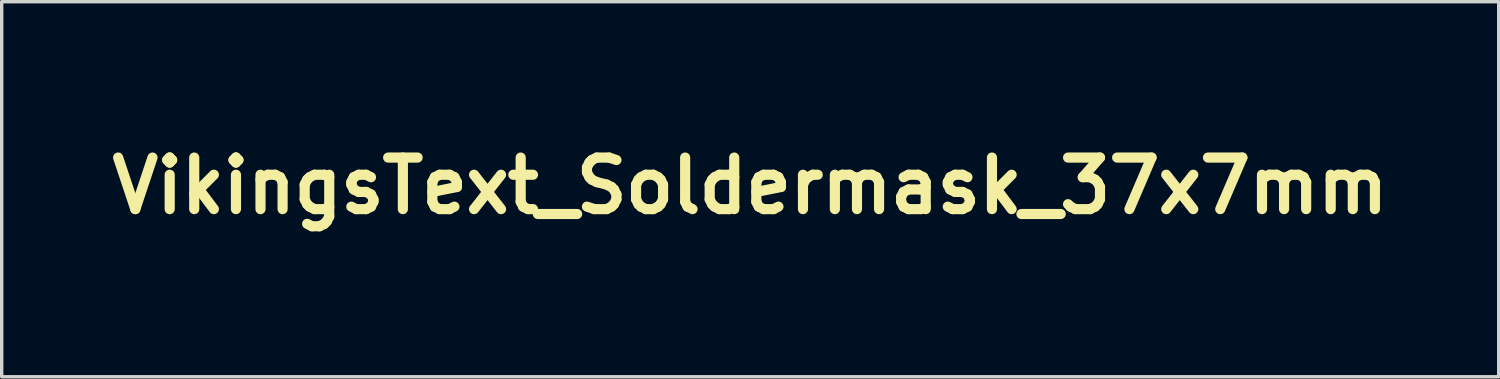
<source format=kicad_pcb>
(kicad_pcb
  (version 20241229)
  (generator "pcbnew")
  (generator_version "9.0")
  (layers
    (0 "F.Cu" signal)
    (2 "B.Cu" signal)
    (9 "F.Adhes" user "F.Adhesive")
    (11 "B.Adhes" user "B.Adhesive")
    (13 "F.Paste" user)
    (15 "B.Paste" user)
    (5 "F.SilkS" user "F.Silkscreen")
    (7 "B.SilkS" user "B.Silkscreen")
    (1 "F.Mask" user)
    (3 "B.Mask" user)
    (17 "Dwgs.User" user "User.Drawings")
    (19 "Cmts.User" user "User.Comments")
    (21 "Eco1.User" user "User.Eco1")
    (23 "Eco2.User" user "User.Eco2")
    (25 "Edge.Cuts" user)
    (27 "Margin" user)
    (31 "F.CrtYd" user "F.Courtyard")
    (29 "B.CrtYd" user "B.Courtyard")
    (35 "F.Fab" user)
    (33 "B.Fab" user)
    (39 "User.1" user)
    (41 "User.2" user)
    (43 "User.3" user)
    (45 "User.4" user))
  (footprint "VikingsText_Soldermask_37x7mm"
    (layer "F.Cu")
    (at 19.13 2.443)
    (property "Reference" "VikingsText_Soldermask_37x7mm" (at 0 0 0) (layer "F.SilkS") (effects (font (size 1.524 1.524) (thickness 0.3))))
    (attr through_hole)
    (fp_poly (pts (xy 7.281 1.507) (xy 6.977 1.659) (xy 6.672 1.812) (xy 6.672 -1.101) (xy 6.308 -1.101) (xy 6.2 -1.101) (xy 6.106 -1.103) (xy 6.028 -1.106) (xy 5.974 -1.11) (xy 5.946 -1.114) (xy 5.944 -1.116) (xy 5.957 -1.13) (xy 5.994 -1.158) (xy 6.051 -1.198) (xy 6.121 -1.245) (xy 6.17 -1.277) (xy 6.396 -1.422) (xy 7.281 -1.422) (xy 7.281 1.507)) (stroke (width 0.01) (type solid)) (fill yes) (layer "F.Mask"))
    (fp_poly (pts (xy 0.948 0.047) (xy 0.947 1.516) (xy 0.643 1.663) (xy 0.339 1.81) (xy 0.339 -1.101) (xy -0.014 -1.101) (xy -0.12 -1.101) (xy -0.215 -1.103) (xy -0.292 -1.105) (xy -0.348 -1.108) (xy -0.376 -1.111) (xy -0.379 -1.112) (xy -0.369 -1.125) (xy -0.335 -1.152) (xy -0.282 -1.191) (xy -0.214 -1.238) (xy -0.161 -1.273) (xy 0.069 -1.422) (xy 0.948 -1.422) (xy 0.948 0.047)) (stroke (width 0.01) (type solid)) (fill yes) (layer "F.Mask"))
    (fp_poly (pts (xy -5.614 -0.066) (xy -5.454 -0.065) (xy -5.302 -0.064) (xy -5.164 -0.063) (xy -5.042 -0.061) (xy -4.94 -0.059) (xy -4.862 -0.057) (xy -4.811 -0.055) (xy -4.792 -0.053) (xy -4.757 -0.037) (xy -4.747 -0.014) (xy -4.764 0.018) (xy -4.808 0.061) (xy -4.872 0.111) (xy -4.948 0.169) (xy -5.03 0.235) (xy -5.105 0.296) (xy -5.119 0.308) (xy -5.234 0.406) (xy -6.06 0.406) (xy -6.224 0.406) (xy -6.378 0.406) (xy -6.518 0.405) (xy -6.641 0.403) (xy -6.744 0.402) (xy -6.823 0.4) (xy -6.875 0.398) (xy -6.897 0.395) (xy -6.898 0.395) (xy -6.908 0.372) (xy -6.896 0.344) (xy -6.859 0.306) (xy -6.796 0.258) (xy -6.732 0.211) (xy -6.656 0.151) (xy -6.578 0.088) (xy -6.538 0.055) (xy -6.394 -0.068) (xy -5.614 -0.066)) (stroke (width 0.01) (type solid)) (fill yes) (layer "F.Mask"))
    (fp_poly (pts (xy 0.576 -2.426) (xy 0.616 -2.393) (xy 0.668 -2.345) (xy 0.726 -2.285) (xy 0.786 -2.22) (xy 0.843 -2.155) (xy 0.893 -2.094) (xy 0.931 -2.043) (xy 0.953 -2.007) (xy 0.955 -1.993) (xy 0.94 -1.974) (xy 0.905 -1.939) (xy 0.855 -1.891) (xy 0.795 -1.835) (xy 0.73 -1.776) (xy 0.665 -1.718) (xy 0.605 -1.667) (xy 0.556 -1.625) (xy 0.522 -1.599) (xy 0.509 -1.592) (xy 0.493 -1.603) (xy 0.457 -1.635) (xy 0.407 -1.683) (xy 0.346 -1.743) (xy 0.302 -1.788) (xy 0.236 -1.856) (xy 0.178 -1.917) (xy 0.132 -1.967) (xy 0.102 -2.001) (xy 0.095 -2.011) (xy 0.092 -2.03) (xy 0.106 -2.055) (xy 0.139 -2.093) (xy 0.195 -2.147) (xy 0.196 -2.148) (xy 0.28 -2.225) (xy 0.359 -2.294) (xy 0.43 -2.354) (xy 0.489 -2.4) (xy 0.531 -2.429) (xy 0.552 -2.438) (xy 0.576 -2.426)) (stroke (width 0.01) (type solid)) (fill yes) (layer "F.Mask"))
    (fp_poly (pts (xy 6.904 -2.423) (xy 6.915 -2.416) (xy 6.944 -2.392) (xy 6.988 -2.349) (xy 7.043 -2.293) (xy 7.102 -2.23) (xy 7.16 -2.166) (xy 7.211 -2.108) (xy 7.25 -2.06) (xy 7.271 -2.03) (xy 7.272 -2.028) (xy 7.277 -2.009) (xy 7.27 -1.988) (xy 7.248 -1.959) (xy 7.207 -1.917) (xy 7.162 -1.875) (xy 7.082 -1.802) (xy 7.006 -1.734) (xy 6.939 -1.676) (xy 6.883 -1.63) (xy 6.844 -1.601) (xy 6.827 -1.592) (xy 6.811 -1.603) (xy 6.777 -1.635) (xy 6.727 -1.684) (xy 6.666 -1.745) (xy 6.616 -1.796) (xy 6.55 -1.866) (xy 6.494 -1.928) (xy 6.45 -1.979) (xy 6.424 -2.013) (xy 6.418 -2.026) (xy 6.426 -2.048) (xy 6.451 -2.081) (xy 6.495 -2.127) (xy 6.562 -2.188) (xy 6.653 -2.268) (xy 6.659 -2.274) (xy 6.736 -2.34) (xy 6.793 -2.386) (xy 6.833 -2.414) (xy 6.862 -2.429) (xy 6.884 -2.431) (xy 6.904 -2.423)) (stroke (width 0.01) (type solid)) (fill yes) (layer "F.Mask"))
    (fp_poly (pts (xy 10.2 -1.489) (xy 10.303 -1.455) (xy 10.416 -1.404) (xy 10.48 -1.37) (xy 10.643 -1.271) (xy 10.803 -1.147) (xy 10.966 -0.997) (xy 11 -0.961) (xy 11.151 -0.795) (xy 11.271 -0.637) (xy 11.362 -0.483) (xy 11.428 -0.33) (xy 11.468 -0.174) (xy 11.485 -0.012) (xy 11.486 0.042) (xy 11.48 0.18) (xy 11.459 0.305) (xy 11.421 0.428) (xy 11.364 0.562) (xy 11.357 0.576) (xy 11.307 0.675) (xy 11.253 0.769) (xy 11.195 0.861) (xy 11.129 0.953) (xy 11.052 1.05) (xy 10.963 1.153) (xy 10.859 1.266) (xy 10.737 1.392) (xy 10.594 1.534) (xy 10.429 1.695) (xy 10.419 1.704) (xy 10.279 1.838) (xy 10.162 1.95) (xy 10.065 2.04) (xy 9.986 2.11) (xy 9.924 2.162) (xy 9.877 2.196) (xy 9.844 2.215) (xy 9.821 2.219) (xy 9.809 2.21) (xy 9.805 2.19) (xy 9.804 2.185) (xy 9.815 2.16) (xy 9.843 2.115) (xy 9.885 2.056) (xy 9.937 1.989) (xy 9.95 1.972) (xy 10.123 1.755) (xy 10.273 1.558) (xy 10.401 1.379) (xy 10.51 1.213) (xy 10.6 1.06) (xy 10.674 0.915) (xy 10.733 0.776) (xy 10.778 0.639) (xy 10.811 0.503) (xy 10.834 0.363) (xy 10.836 0.347) (xy 10.844 0.166) (xy 10.824 -0.006) (xy 10.773 -0.175) (xy 10.692 -0.344) (xy 10.628 -0.447) (xy 10.489 -0.631) (xy 10.332 -0.788) (xy 10.154 -0.921) (xy 10.085 -0.964) (xy 9.959 -1.035) (xy 9.853 -1.088) (xy 9.76 -1.124) (xy 9.673 -1.146) (xy 9.587 -1.157) (xy 9.542 -1.158) (xy 9.466 -1.157) (xy 9.41 -1.15) (xy 9.359 -1.135) (xy 9.306 -1.111) (xy 9.204 -1.046) (xy 9.103 -0.958) (xy 9.014 -0.855) (xy 8.945 -0.747) (xy 8.939 -0.735) (xy 8.882 -0.618) (xy 8.877 0.476) (xy 8.872 1.57) (xy 8.589 1.674) (xy 8.497 1.708) (xy 8.416 1.737) (xy 8.351 1.759) (xy 8.309 1.774) (xy 8.293 1.778) (xy 8.291 1.762) (xy 8.289 1.714) (xy 8.288 1.637) (xy 8.286 1.533) (xy 8.285 1.406) (xy 8.283 1.257) (xy 8.282 1.089) (xy 8.281 0.904) (xy 8.281 0.705) (xy 8.28 0.494) (xy 8.28 0.339) (xy 8.28 -1.101) (xy 7.899 -1.101) (xy 7.79 -1.101) (xy 7.693 -1.103) (xy 7.613 -1.105) (xy 7.554 -1.108) (xy 7.523 -1.112) (xy 7.518 -1.114) (xy 7.533 -1.125) (xy 7.572 -1.15) (xy 7.632 -1.185) (xy 7.707 -1.227) (xy 7.78 -1.266) (xy 8.042 -1.405) (xy 8.466 -1.405) (xy 8.889 -1.405) (xy 8.894 -1.194) (xy 8.898 -0.982) (xy 8.96 -1.023) (xy 9.031 -1.068) (xy 9.124 -1.123) (xy 9.232 -1.183) (xy 9.346 -1.244) (xy 9.458 -1.301) (xy 9.559 -1.349) (xy 9.623 -1.378) (xy 9.769 -1.437) (xy 9.893 -1.478) (xy 10.002 -1.5) (xy 10.102 -1.503) (xy 10.2 -1.489)) (stroke (width 0.01) (type solid)) (fill yes) (layer "F.Mask"))
    (fp_poly (pts (xy -13.902 -1.377) (xy -13.796 -1.399) (xy -13.579 -1.437) (xy -13.351 -1.46) (xy -13.105 -1.471) (xy -12.917 -1.47) (xy -12.8 -1.468) (xy -12.712 -1.466) (xy -12.646 -1.463) (xy -12.596 -1.458) (xy -12.558 -1.451) (xy -12.525 -1.44) (xy -12.491 -1.427) (xy -12.467 -1.416) (xy -12.375 -1.36) (xy -12.277 -1.278) (xy -12.178 -1.175) (xy -12.082 -1.055) (xy -11.993 -0.925) (xy -11.922 -0.799) (xy -11.87 -0.683) (xy -11.823 -0.554) (xy -11.783 -0.423) (xy -11.755 -0.301) (xy -11.742 -0.211) (xy -11.74 -0.086) (xy -11.751 0.06) (xy -11.774 0.215) (xy -11.807 0.37) (xy -11.847 0.513) (xy -11.893 0.635) (xy -11.895 0.638) (xy -11.976 0.79) (xy -12.078 0.937) (xy -12.195 1.074) (xy -12.321 1.194) (xy -12.45 1.291) (xy -12.527 1.336) (xy -12.627 1.381) (xy -12.76 1.431) (xy -12.925 1.486) (xy -13.123 1.545) (xy -13.174 1.56) (xy -13.324 1.601) (xy -13.446 1.632) (xy -13.546 1.652) (xy -13.629 1.664) (xy -13.698 1.667) (xy -13.76 1.662) (xy -13.805 1.653) (xy -13.902 1.63) (xy -13.902 1.694) (xy -13.903 1.726) (xy -13.911 1.748) (xy -13.931 1.765) (xy -13.969 1.785) (xy -14.033 1.812) (xy -14.034 1.812) (xy -14.106 1.842) (xy -14.177 1.872) (xy -14.233 1.896) (xy -14.239 1.898) (xy -14.288 1.917) (xy -14.326 1.929) (xy -14.336 1.93) (xy -14.34 1.926) (xy -14.344 1.912) (xy -14.347 1.886) (xy -14.35 1.847) (xy -14.352 1.792) (xy -14.354 1.72) (xy -14.355 1.629) (xy -14.357 1.517) (xy -14.358 1.381) (xy -14.358 1.221) (xy -14.359 1.034) (xy -14.359 0.819) (xy -14.359 0.573) (xy -14.359 0.349) (xy -14.359 -0.926) (xy -13.902 -0.926) (xy -13.902 1.291) (xy -13.737 1.283) (xy -13.612 1.271) (xy -13.501 1.248) (xy -13.437 1.228) (xy -13.312 1.18) (xy -13.178 1.118) (xy -13.04 1.047) (xy -12.906 0.97) (xy -12.782 0.892) (xy -12.674 0.815) (xy -12.59 0.745) (xy -12.57 0.725) (xy -12.484 0.624) (xy -12.42 0.519) (xy -12.378 0.403) (xy -12.354 0.272) (xy -12.347 0.12) (xy -12.351 0.017) (xy -12.375 -0.199) (xy -12.421 -0.404) (xy -12.488 -0.594) (xy -12.573 -0.766) (xy -12.675 -0.918) (xy -12.792 -1.045) (xy -12.923 -1.146) (xy -12.995 -1.185) (xy -13.13 -1.233) (xy -13.275 -1.249) (xy -13.427 -1.233) (xy -13.582 -1.187) (xy -13.629 -1.167) (xy -13.704 -1.131) (xy -13.758 -1.097) (xy -13.801 -1.058) (xy -13.844 -1.006) (xy -13.854 -0.992) (xy -13.902 -0.926) (xy -14.359 -0.926) (xy -14.359 -1.232) (xy -14.438 -1.242) (xy -14.494 -1.248) (xy -14.569 -1.252) (xy -14.647 -1.254) (xy -14.654 -1.254) (xy -14.729 -1.256) (xy -14.8 -1.26) (xy -14.853 -1.266) (xy -14.857 -1.267) (xy -14.924 -1.279) (xy -14.749 -1.401) (xy -14.575 -1.524) (xy -13.902 -1.524) (xy -13.902 -1.377)) (stroke (width 0.01) (type solid)) (fill yes) (layer "F.Mask"))
    (fp_poly (pts (xy 4.453 -1.421) (xy 4.253 -1.238) (xy 4.029 -1.048) (xy 3.792 -0.856) (xy 3.547 -0.67) (xy 3.342 -0.522) (xy 3.136 -0.377) (xy 3.799 0.283) (xy 3.977 0.46) (xy 4.133 0.614) (xy 4.271 0.747) (xy 4.392 0.861) (xy 4.498 0.959) (xy 4.591 1.041) (xy 4.674 1.11) (xy 4.749 1.167) (xy 4.818 1.214) (xy 4.884 1.254) (xy 4.947 1.288) (xy 5.011 1.318) (xy 5.041 1.33) (xy 5.112 1.355) (xy 5.178 1.367) (xy 5.25 1.367) (xy 5.336 1.354) (xy 5.443 1.328) (xy 5.446 1.327) (xy 5.566 1.297) (xy 5.654 1.278) (xy 5.711 1.271) (xy 5.736 1.277) (xy 5.73 1.294) (xy 5.692 1.324) (xy 5.622 1.366) (xy 5.522 1.421) (xy 5.502 1.431) (xy 5.41 1.479) (xy 5.317 1.529) (xy 5.234 1.575) (xy 5.168 1.612) (xy 5.156 1.619) (xy 5.049 1.678) (xy 4.956 1.715) (xy 4.864 1.736) (xy 4.763 1.744) (xy 4.74 1.744) (xy 4.617 1.736) (xy 4.504 1.708) (xy 4.392 1.658) (xy 4.293 1.597) (xy 4.249 1.563) (xy 4.182 1.505) (xy 4.091 1.422) (xy 3.978 1.315) (xy 3.842 1.184) (xy 3.683 1.028) (xy 3.501 0.849) (xy 3.437 0.786) (xy 3.306 0.656) (xy 3.18 0.532) (xy 3.063 0.417) (xy 2.957 0.314) (xy 2.864 0.223) (xy 2.785 0.148) (xy 2.724 0.09) (xy 2.683 0.052) (xy 2.663 0.036) (xy 2.662 0.035) (xy 2.627 0.024) (xy 2.606 0.027) (xy 2.601 0.042) (xy 2.597 0.08) (xy 2.595 0.145) (xy 2.594 0.236) (xy 2.594 0.356) (xy 2.595 0.507) (xy 2.598 0.688) (xy 2.599 0.785) (xy 2.611 1.532) (xy 2.334 1.655) (xy 2.244 1.695) (xy 2.164 1.729) (xy 2.099 1.756) (xy 2.055 1.773) (xy 2.038 1.778) (xy 2.032 1.766) (xy 2.026 1.727) (xy 2.021 1.66) (xy 2.016 1.565) (xy 2.012 1.438) (xy 2.008 1.3) (xy 2.001 1.001) (xy 1.994 0.715) (xy 1.988 0.443) (xy 1.983 0.188) (xy 1.978 -0.048) (xy 1.974 -0.263) (xy 1.971 -0.454) (xy 1.968 -0.62) (xy 1.966 -0.758) (xy 1.965 -0.866) (xy 1.964 -0.927) (xy 1.964 -1.185) (xy 1.571 -1.189) (xy 1.177 -1.194) (xy 1.389 -1.323) (xy 1.469 -1.371) (xy 1.544 -1.413) (xy 1.606 -1.447) (xy 1.649 -1.468) (xy 1.658 -1.471) (xy 1.689 -1.476) (xy 1.749 -1.48) (xy 1.829 -1.484) (xy 1.925 -1.487) (xy 2.031 -1.489) (xy 2.141 -1.49) (xy 2.249 -1.491) (xy 2.348 -1.49) (xy 2.434 -1.488) (xy 2.5 -1.486) (xy 2.54 -1.482) (xy 2.547 -1.48) (xy 2.554 -1.474) (xy 2.56 -1.461) (xy 2.564 -1.437) (xy 2.568 -1.398) (xy 2.57 -1.343) (xy 2.572 -1.267) (xy 2.573 -1.167) (xy 2.574 -1.041) (xy 2.574 -0.884) (xy 2.574 -0.853) (xy 2.574 -0.713) (xy 2.575 -0.583) (xy 2.576 -0.469) (xy 2.577 -0.373) (xy 2.579 -0.3) (xy 2.581 -0.254) (xy 2.583 -0.237) (xy 2.583 -0.237) (xy 2.608 -0.245) (xy 2.655 -0.268) (xy 2.716 -0.3) (xy 2.785 -0.338) (xy 2.853 -0.378) (xy 2.913 -0.415) (xy 2.956 -0.445) (xy 3.026 -0.501) (xy 3.114 -0.58) (xy 3.216 -0.677) (xy 3.327 -0.788) (xy 3.444 -0.91) (xy 3.562 -1.037) (xy 3.679 -1.16) (xy 3.785 -1.259) (xy 3.883 -1.336) (xy 3.98 -1.397) (xy 4.012 -1.413) (xy 4.086 -1.444) (xy 4.182 -1.476) (xy 4.29 -1.506) (xy 4.399 -1.53) (xy 4.497 -1.546) (xy 4.504 -1.547) (xy 4.597 -1.558) (xy 4.453 -1.421)) (stroke (width 0.01) (type solid)) (fill yes) (layer "F.Mask"))
    (fp_poly (pts (xy -1.029 -1.421) (xy -0.907 -1.42) (xy -0.802 -1.418) (xy -0.719 -1.416) (xy -0.66 -1.413) (xy -0.63 -1.409) (xy -0.627 -1.407) (xy -0.634 -1.386) (xy -0.654 -1.338) (xy -0.685 -1.269) (xy -0.725 -1.183) (xy -0.772 -1.085) (xy -0.823 -0.978) (xy -0.877 -0.867) (xy -0.931 -0.756) (xy -0.984 -0.651) (xy -1.032 -0.555) (xy -1.075 -0.472) (xy -1.092 -0.44) (xy -1.184 -0.27) (xy -1.284 -0.091) (xy -1.388 0.09) (xy -1.492 0.268) (xy -1.593 0.436) (xy -1.688 0.588) (xy -1.772 0.719) (xy -1.8 0.762) (xy -1.832 0.807) (xy -1.881 0.874) (xy -1.943 0.959) (xy -2.014 1.055) (xy -2.092 1.16) (xy -2.172 1.266) (xy -2.251 1.371) (xy -2.325 1.469) (xy -2.39 1.554) (xy -2.443 1.623) (xy -2.479 1.668) (xy -2.537 1.735) (xy -2.594 1.792) (xy -2.644 1.836) (xy -2.681 1.86) (xy -2.693 1.863) (xy -2.711 1.852) (xy -2.739 1.825) (xy -2.739 1.824) (xy -2.752 1.803) (xy -2.779 1.754) (xy -2.818 1.679) (xy -2.868 1.581) (xy -2.927 1.462) (xy -2.996 1.324) (xy -3.072 1.17) (xy -3.155 1.003) (xy -3.243 0.823) (xy -3.335 0.635) (xy -3.368 0.567) (xy -3.483 0.33) (xy -3.584 0.122) (xy -3.673 -0.06) (xy -3.75 -0.217) (xy -3.815 -0.351) (xy -3.871 -0.465) (xy -3.919 -0.56) (xy -3.958 -0.638) (xy -3.99 -0.7) (xy -4.017 -0.75) (xy -4.039 -0.789) (xy -4.056 -0.818) (xy -4.071 -0.84) (xy -4.084 -0.857) (xy -4.096 -0.871) (xy -4.108 -0.883) (xy -4.11 -0.885) (xy -4.162 -0.925) (xy -4.213 -0.941) (xy -4.272 -0.934) (xy -4.347 -0.904) (xy -4.374 -0.89) (xy -4.454 -0.851) (xy -4.509 -0.833) (xy -4.542 -0.835) (xy -4.555 -0.856) (xy -4.555 -0.862) (xy -4.539 -0.892) (xy -4.491 -0.932) (xy -4.441 -0.966) (xy -4.384 -1.004) (xy -4.31 -1.057) (xy -4.228 -1.118) (xy -4.146 -1.182) (xy -4.131 -1.194) (xy -4.057 -1.252) (xy -3.988 -1.304) (xy -3.93 -1.346) (xy -3.89 -1.373) (xy -3.882 -1.378) (xy -3.803 -1.402) (xy -3.72 -1.4) (xy -3.658 -1.38) (xy -3.641 -1.37) (xy -3.624 -1.359) (xy -3.607 -1.343) (xy -3.588 -1.321) (xy -3.567 -1.292) (xy -3.542 -1.254) (xy -3.513 -1.204) (xy -3.478 -1.141) (xy -3.438 -1.063) (xy -3.39 -0.969) (xy -3.334 -0.856) (xy -3.268 -0.722) (xy -3.193 -0.567) (xy -3.106 -0.388) (xy -3.008 -0.183) (xy -2.897 0.049) (xy -2.811 0.229) (xy -2.73 0.397) (xy -2.653 0.557) (xy -2.582 0.705) (xy -2.518 0.838) (xy -2.463 0.954) (xy -2.416 1.051) (xy -2.38 1.126) (xy -2.356 1.176) (xy -2.345 1.198) (xy -2.344 1.199) (xy -2.333 1.189) (xy -2.307 1.155) (xy -2.269 1.102) (xy -2.222 1.034) (xy -2.17 0.956) (xy -2.115 0.873) (xy -2.061 0.79) (xy -2.011 0.71) (xy -1.998 0.688) (xy -1.808 0.36) (xy -1.627 0.016) (xy -1.46 -0.332) (xy -1.312 -0.674) (xy -1.26 -0.804) (xy -1.155 -1.075) (xy -1.677 -1.101) (xy -1.806 -1.107) (xy -1.925 -1.114) (xy -2.028 -1.12) (xy -2.112 -1.126) (xy -2.172 -1.131) (xy -2.204 -1.134) (xy -2.208 -1.136) (xy -2.198 -1.147) (xy -2.164 -1.171) (xy -2.112 -1.204) (xy -2.048 -1.242) (xy -1.978 -1.283) (xy -1.908 -1.322) (xy -1.843 -1.357) (xy -1.791 -1.383) (xy -1.771 -1.392) (xy -1.748 -1.4) (xy -1.719 -1.406) (xy -1.68 -1.412) (xy -1.627 -1.415) (xy -1.558 -1.418) (xy -1.467 -1.42) (xy -1.35 -1.421) (xy -1.205 -1.421) (xy -1.164 -1.421) (xy -1.029 -1.421)) (stroke (width 0.01) (type solid)) (fill yes) (layer "F.Mask"))
    (fp_poly (pts (xy -16.14 -1.469) (xy -16.024 -1.465) (xy -15.923 -1.458) (xy -15.75 -1.44) (xy -15.608 -1.421) (xy -15.492 -1.4) (xy -15.398 -1.376) (xy -15.324 -1.348) (xy -15.266 -1.314) (xy -15.219 -1.274) (xy -15.216 -1.271) (xy -15.192 -1.242) (xy -15.18 -1.214) (xy -15.181 -1.183) (xy -15.197 -1.146) (xy -15.231 -1.098) (xy -15.284 -1.037) (xy -15.359 -0.959) (xy -15.426 -0.891) (xy -15.509 -0.809) (xy -15.571 -0.748) (xy -15.616 -0.707) (xy -15.648 -0.683) (xy -15.669 -0.672) (xy -15.683 -0.673) (xy -15.687 -0.675) (xy -15.701 -0.694) (xy -15.702 -0.72) (xy -15.689 -0.761) (xy -15.677 -0.805) (xy -15.676 -0.837) (xy -15.678 -0.842) (xy -15.711 -0.869) (xy -15.774 -0.898) (xy -15.863 -0.927) (xy -15.975 -0.956) (xy -16.107 -0.983) (xy -16.253 -1.007) (xy -16.264 -1.009) (xy -16.374 -1.022) (xy -16.492 -1.029) (xy -16.627 -1.032) (xy -16.745 -1.03) (xy -17.038 -1.024) (xy -17.077 -0.978) (xy -17.109 -0.923) (xy -17.134 -0.845) (xy -17.15 -0.754) (xy -17.153 -0.686) (xy -17.15 -0.642) (xy -17.139 -0.603) (xy -17.117 -0.566) (xy -17.081 -0.531) (xy -17.028 -0.494) (xy -16.957 -0.454) (xy -16.863 -0.411) (xy -16.744 -0.361) (xy -16.598 -0.302) (xy -16.493 -0.262) (xy -16.29 -0.183) (xy -16.117 -0.113) (xy -15.969 -0.05) (xy -15.845 0.007) (xy -15.739 0.061) (xy -15.651 0.112) (xy -15.575 0.162) (xy -15.51 0.214) (xy -15.453 0.266) (xy -15.37 0.364) (xy -15.3 0.478) (xy -15.247 0.598) (xy -15.213 0.718) (xy -15.201 0.83) (xy -15.205 0.882) (xy -15.215 0.933) (xy -15.225 0.97) (xy -15.229 0.978) (xy -15.247 0.995) (xy -15.287 1.027) (xy -15.344 1.07) (xy -15.413 1.121) (xy -15.447 1.146) (xy -15.532 1.21) (xy -15.631 1.289) (xy -15.735 1.377) (xy -15.835 1.464) (xy -15.887 1.512) (xy -15.971 1.587) (xy -16.049 1.655) (xy -16.116 1.709) (xy -16.168 1.747) (xy -16.193 1.761) (xy -16.293 1.793) (xy -16.418 1.815) (xy -16.562 1.826) (xy -16.716 1.825) (xy -16.875 1.813) (xy -16.994 1.796) (xy -17.256 1.734) (xy -17.501 1.643) (xy -17.595 1.598) (xy -17.69 1.546) (xy -17.755 1.503) (xy -17.794 1.464) (xy -17.809 1.429) (xy -17.804 1.397) (xy -17.789 1.374) (xy -17.754 1.333) (xy -17.706 1.279) (xy -17.647 1.216) (xy -17.582 1.148) (xy -17.516 1.08) (xy -17.453 1.017) (xy -17.397 0.963) (xy -17.354 0.922) (xy -17.327 0.9) (xy -17.321 0.897) (xy -17.3 0.911) (xy -17.297 0.948) (xy -17.308 0.99) (xy -17.318 1.033) (xy -17.311 1.068) (xy -17.28 1.099) (xy -17.224 1.133) (xy -17.203 1.144) (xy -17.046 1.212) (xy -16.876 1.268) (xy -16.698 1.311) (xy -16.517 1.339) (xy -16.341 1.353) (xy -16.174 1.352) (xy -16.022 1.335) (xy -15.892 1.302) (xy -15.852 1.286) (xy -15.777 1.253) (xy -15.786 1.096) (xy -15.799 0.971) (xy -15.822 0.871) (xy -15.858 0.79) (xy -15.91 0.72) (xy -15.934 0.695) (xy -15.96 0.67) (xy -15.987 0.647) (xy -16.018 0.625) (xy -16.055 0.602) (xy -16.102 0.577) (xy -16.162 0.548) (xy -16.239 0.514) (xy -16.334 0.473) (xy -16.452 0.423) (xy -16.594 0.364) (xy -16.759 0.296) (xy -16.949 0.218) (xy -17.111 0.15) (xy -17.246 0.092) (xy -17.357 0.043) (xy -17.447 -0.000292) (xy -17.518 -0.038) (xy -17.573 -0.073) (xy -17.614 -0.105) (xy -17.644 -0.137) (xy -17.665 -0.17) (xy -17.68 -0.205) (xy -17.692 -0.244) (xy -17.696 -0.263) (xy -17.706 -0.321) (xy -17.712 -0.4) (xy -17.715 -0.49) (xy -17.715 -0.581) (xy -17.712 -0.663) (xy -17.706 -0.727) (xy -17.701 -0.754) (xy -17.691 -0.775) (xy -17.674 -0.795) (xy -17.644 -0.817) (xy -17.597 -0.845) (xy -17.528 -0.882) (xy -17.441 -0.926) (xy -17.331 -0.982) (xy -17.238 -1.035) (xy -17.153 -1.09) (xy -17.062 -1.156) (xy -16.967 -1.231) (xy -16.888 -1.293) (xy -16.815 -1.349) (xy -16.753 -1.394) (xy -16.707 -1.426) (xy -16.688 -1.437) (xy -16.645 -1.449) (xy -16.574 -1.458) (xy -16.482 -1.465) (xy -16.375 -1.469) (xy -16.259 -1.471) (xy -16.14 -1.469)) (stroke (width 0.01) (type solid)) (fill yes) (layer "F.Mask"))
    (fp_poly (pts (xy -8.098 -1.389) (xy -8.007 -1.386) (xy -7.933 -1.382) (xy -7.881 -1.377) (xy -7.856 -1.369) (xy -7.855 -1.367) (xy -7.854 -1.348) (xy -7.854 -1.296) (xy -7.853 -1.216) (xy -7.852 -1.11) (xy -7.851 -0.981) (xy -7.849 -0.83) (xy -7.848 -0.66) (xy -7.846 -0.475) (xy -7.845 -0.276) (xy -7.843 -0.066) (xy -7.842 0.045) (xy -7.84 0.259) (xy -7.839 0.464) (xy -7.837 0.656) (xy -7.834 0.833) (xy -7.832 0.992) (xy -7.83 1.132) (xy -7.828 1.249) (xy -7.826 1.342) (xy -7.824 1.407) (xy -7.822 1.442) (xy -7.821 1.447) (xy -7.802 1.451) (xy -7.754 1.455) (xy -7.684 1.46) (xy -7.597 1.464) (xy -7.516 1.467) (xy -7.387 1.471) (xy -7.289 1.475) (xy -7.221 1.481) (xy -7.18 1.49) (xy -7.165 1.504) (xy -7.174 1.524) (xy -7.204 1.553) (xy -7.253 1.591) (xy -7.31 1.634) (xy -7.382 1.687) (xy -7.451 1.734) (xy -7.509 1.77) (xy -7.548 1.791) (xy -7.55 1.792) (xy -7.578 1.799) (xy -7.619 1.804) (xy -7.677 1.806) (xy -7.755 1.807) (xy -7.859 1.806) (xy -7.991 1.803) (xy -8.039 1.802) (xy -8.467 1.79) (xy -8.467 1.581) (xy -8.467 1.501) (xy -8.469 1.435) (xy -8.471 1.39) (xy -8.474 1.372) (xy -8.474 1.372) (xy -8.49 1.38) (xy -8.531 1.402) (xy -8.592 1.436) (xy -8.667 1.479) (xy -8.749 1.526) (xy -8.907 1.615) (xy -9.042 1.686) (xy -9.161 1.742) (xy -9.27 1.784) (xy -9.374 1.817) (xy -9.423 1.83) (xy -9.542 1.851) (xy -9.666 1.861) (xy -9.787 1.86) (xy -9.892 1.847) (xy -9.95 1.832) (xy -10.034 1.797) (xy -10.135 1.744) (xy -10.245 1.68) (xy -10.354 1.608) (xy -10.407 1.571) (xy -10.486 1.507) (xy -10.579 1.424) (xy -10.679 1.329) (xy -10.779 1.227) (xy -10.875 1.125) (xy -10.96 1.028) (xy -11.029 0.943) (xy -11.062 0.897) (xy -11.167 0.714) (xy -11.24 0.535) (xy -11.278 0.36) (xy -11.284 0.189) (xy -11.256 0.02) (xy -11.227 -0.072) (xy -11.201 -0.132) (xy -11.158 -0.218) (xy -11.102 -0.325) (xy -11.033 -0.451) (xy -10.953 -0.592) (xy -10.865 -0.745) (xy -10.825 -0.813) (xy -10.69 -1.041) (xy -11.014 -1.052) (xy -11.121 -1.055) (xy -11.223 -1.059) (xy -11.311 -1.061) (xy -11.38 -1.063) (xy -11.419 -1.065) (xy -11.467 -1.067) (xy -11.488 -1.073) (xy -11.486 -1.086) (xy -11.48 -1.093) (xy -11.452 -1.117) (xy -11.4 -1.151) (xy -11.332 -1.193) (xy -11.254 -1.238) (xy -11.172 -1.281) (xy -11.094 -1.32) (xy -11.065 -1.334) (xy -11.016 -1.356) (xy -10.975 -1.371) (xy -10.935 -1.38) (xy -10.887 -1.386) (xy -10.823 -1.388) (xy -10.736 -1.389) (xy -10.708 -1.389) (xy -10.625 -1.387) (xy -10.532 -1.384) (xy -10.434 -1.38) (xy -10.338 -1.374) (xy -10.25 -1.367) (xy -10.177 -1.36) (xy -10.123 -1.353) (xy -10.097 -1.347) (xy -10.095 -1.346) (xy -10.102 -1.331) (xy -10.123 -1.291) (xy -10.155 -1.232) (xy -10.196 -1.16) (xy -10.225 -1.11) (xy -10.32 -0.942) (xy -10.41 -0.774) (xy -10.49 -0.613) (xy -10.559 -0.463) (xy -10.613 -0.332) (xy -10.633 -0.274) (xy -10.674 -0.11) (xy -10.685 0.051) (xy -10.664 0.208) (xy -10.611 0.365) (xy -10.527 0.521) (xy -10.41 0.678) (xy -10.26 0.837) (xy -10.165 0.924) (xy -9.986 1.068) (xy -9.801 1.193) (xy -9.615 1.295) (xy -9.43 1.374) (xy -9.253 1.427) (xy -9.114 1.449) (xy -8.982 1.449) (xy -8.851 1.428) (xy -8.729 1.387) (xy -8.622 1.33) (xy -8.539 1.26) (xy -8.526 1.245) (xy -8.475 1.182) (xy -8.471 0.066) (xy -8.466 -1.05) (xy -8.856 -1.05) (xy -8.967 -1.05) (xy -9.065 -1.052) (xy -9.147 -1.054) (xy -9.207 -1.057) (xy -9.24 -1.06) (xy -9.245 -1.063) (xy -9.232 -1.079) (xy -9.195 -1.109) (xy -9.142 -1.149) (xy -9.078 -1.195) (xy -9.009 -1.242) (xy -8.94 -1.287) (xy -8.879 -1.325) (xy -8.83 -1.352) (xy -8.806 -1.363) (xy -8.768 -1.371) (xy -8.705 -1.377) (xy -8.623 -1.383) (xy -8.526 -1.387) (xy -8.42 -1.389) (xy -8.309 -1.391) (xy -8.2 -1.391) (xy -8.098 -1.389)) (stroke (width 0.01) (type solid)) (fill yes) (layer "F.Mask"))
    (fp_poly (pts (xy 17.164 -1.471) (xy 17.281 -1.466) (xy 17.388 -1.459) (xy 17.401 -1.457) (xy 17.571 -1.439) (xy 17.712 -1.419) (xy 17.825 -1.398) (xy 17.916 -1.374) (xy 17.988 -1.347) (xy 18.044 -1.314) (xy 18.088 -1.276) (xy 18.091 -1.273) (xy 18.122 -1.233) (xy 18.13 -1.193) (xy 18.115 -1.149) (xy 18.076 -1.092) (xy 18.056 -1.067) (xy 18.009 -1.014) (xy 17.951 -0.953) (xy 17.886 -0.889) (xy 17.821 -0.826) (xy 17.758 -0.768) (xy 17.702 -0.719) (xy 17.659 -0.685) (xy 17.633 -0.669) (xy 17.629 -0.668) (xy 17.613 -0.695) (xy 17.614 -0.739) (xy 17.628 -0.779) (xy 17.637 -0.816) (xy 17.635 -0.835) (xy 17.609 -0.862) (xy 17.553 -0.89) (xy 17.47 -0.92) (xy 17.364 -0.949) (xy 17.238 -0.976) (xy 17.097 -1.001) (xy 17.047 -1.009) (xy 16.958 -1.019) (xy 16.855 -1.026) (xy 16.745 -1.031) (xy 16.632 -1.032) (xy 16.524 -1.031) (xy 16.425 -1.027) (xy 16.343 -1.02) (xy 16.282 -1.011) (xy 16.248 -1) (xy 16.247 -0.999) (xy 16.207 -0.946) (xy 16.179 -0.863) (xy 16.161 -0.748) (xy 16.16 -0.74) (xy 16.156 -0.676) (xy 16.157 -0.633) (xy 16.166 -0.604) (xy 16.186 -0.575) (xy 16.197 -0.562) (xy 16.225 -0.533) (xy 16.264 -0.504) (xy 16.317 -0.472) (xy 16.386 -0.437) (xy 16.476 -0.397) (xy 16.588 -0.351) (xy 16.727 -0.296) (xy 16.857 -0.246) (xy 17.058 -0.168) (xy 17.23 -0.098) (xy 17.376 -0.035) (xy 17.499 0.023) (xy 17.602 0.078) (xy 17.69 0.131) (xy 17.764 0.184) (xy 17.829 0.239) (xy 17.857 0.266) (xy 17.941 0.366) (xy 18.015 0.486) (xy 18.071 0.611) (xy 18.077 0.628) (xy 18.094 0.7) (xy 18.104 0.781) (xy 18.106 0.86) (xy 18.099 0.926) (xy 18.087 0.96) (xy 18.066 0.986) (xy 18.024 1.024) (xy 17.969 1.067) (xy 17.946 1.085) (xy 17.841 1.161) (xy 17.757 1.224) (xy 17.686 1.279) (xy 17.62 1.334) (xy 17.553 1.393) (xy 17.475 1.463) (xy 17.413 1.521) (xy 17.333 1.593) (xy 17.257 1.658) (xy 17.191 1.71) (xy 17.14 1.747) (xy 17.115 1.761) (xy 17.015 1.793) (xy 16.89 1.815) (xy 16.746 1.826) (xy 16.592 1.825) (xy 16.434 1.813) (xy 16.315 1.796) (xy 16.184 1.768) (xy 16.052 1.732) (xy 15.926 1.69) (xy 15.808 1.643) (xy 15.703 1.594) (xy 15.615 1.545) (xy 15.548 1.497) (xy 15.506 1.453) (xy 15.494 1.418) (xy 15.506 1.392) (xy 15.543 1.344) (xy 15.603 1.277) (xy 15.685 1.191) (xy 15.735 1.14) (xy 15.808 1.066) (xy 15.874 1.002) (xy 15.929 0.95) (xy 15.968 0.914) (xy 15.988 0.898) (xy 15.989 0.897) (xy 16.008 0.911) (xy 16.014 0.944) (xy 16.005 0.985) (xy 16.001 0.993) (xy 15.988 1.028) (xy 15.995 1.058) (xy 16.023 1.089) (xy 16.077 1.123) (xy 16.133 1.153) (xy 16.354 1.246) (xy 16.593 1.31) (xy 16.849 1.345) (xy 16.925 1.349) (xy 17.096 1.351) (xy 17.248 1.339) (xy 17.375 1.314) (xy 17.453 1.287) (xy 17.526 1.255) (xy 17.526 1.129) (xy 17.517 1.013) (xy 17.494 0.902) (xy 17.458 0.803) (xy 17.412 0.728) (xy 17.406 0.721) (xy 17.379 0.692) (xy 17.347 0.664) (xy 17.308 0.636) (xy 17.258 0.607) (xy 17.195 0.573) (xy 17.116 0.535) (xy 17.017 0.491) (xy 16.895 0.439) (xy 16.747 0.377) (xy 16.595 0.313) (xy 16.458 0.257) (xy 16.328 0.203) (xy 16.21 0.155) (xy 16.107 0.112) (xy 16.023 0.077) (xy 15.962 0.052) (xy 15.928 0.038) (xy 15.926 0.037) (xy 15.841 -0.005) (xy 15.761 -0.055) (xy 15.696 -0.107) (xy 15.652 -0.155) (xy 15.643 -0.171) (xy 15.62 -0.242) (xy 15.603 -0.335) (xy 15.594 -0.442) (xy 15.592 -0.552) (xy 15.597 -0.656) (xy 15.61 -0.743) (xy 15.622 -0.783) (xy 15.64 -0.801) (xy 15.684 -0.829) (xy 15.747 -0.865) (xy 15.824 -0.906) (xy 15.873 -0.93) (xy 15.983 -0.986) (xy 16.076 -1.039) (xy 16.164 -1.096) (xy 16.258 -1.164) (xy 16.339 -1.228) (xy 16.418 -1.289) (xy 16.492 -1.345) (xy 16.554 -1.391) (xy 16.6 -1.423) (xy 16.619 -1.435) (xy 16.661 -1.447) (xy 16.73 -1.457) (xy 16.821 -1.465) (xy 16.928 -1.47) (xy 17.044 -1.472) (xy 17.164 -1.471)) (stroke (width 0.01) (type solid)) (fill yes) (layer "F.Mask"))
    (fp_poly (pts (xy 13.513 -1.413) (xy 13.635 -1.405) (xy 13.772 -1.394) (xy 13.92 -1.38) (xy 14.075 -1.363) (xy 14.232 -1.343) (xy 14.386 -1.322) (xy 14.534 -1.299) (xy 14.647 -1.279) (xy 14.825 -1.244) (xy 14.971 -1.209) (xy 15.085 -1.175) (xy 15.168 -1.141) (xy 15.223 -1.105) (xy 15.25 -1.069) (xy 15.253 -1.058) (xy 15.245 -1.035) (xy 15.219 -0.99) (xy 15.181 -0.928) (xy 15.132 -0.855) (xy 15.077 -0.775) (xy 15.019 -0.693) (xy 14.962 -0.615) (xy 14.908 -0.545) (xy 14.863 -0.488) (xy 14.829 -0.45) (xy 14.822 -0.443) (xy 14.784 -0.418) (xy 14.76 -0.422) (xy 14.755 -0.453) (xy 14.765 -0.497) (xy 14.779 -0.555) (xy 14.787 -0.619) (xy 14.787 -0.625) (xy 14.779 -0.686) (xy 14.747 -0.739) (xy 14.689 -0.786) (xy 14.603 -0.828) (xy 14.487 -0.868) (xy 14.416 -0.887) (xy 14.355 -0.9) (xy 14.265 -0.916) (xy 14.153 -0.933) (xy 14.025 -0.952) (xy 13.887 -0.97) (xy 13.744 -0.989) (xy 13.603 -1.005) (xy 13.468 -1.02) (xy 13.347 -1.032) (xy 13.244 -1.041) (xy 13.173 -1.045) (xy 13.027 -1.047) (xy 12.909 -1.038) (xy 12.813 -1.016) (xy 12.736 -0.979) (xy 12.671 -0.924) (xy 12.613 -0.848) (xy 12.561 -0.755) (xy 12.476 -0.564) (xy 12.414 -0.377) (xy 12.377 -0.199) (xy 12.366 -0.033) (xy 12.376 0.087) (xy 12.397 0.184) (xy 12.43 0.276) (xy 12.477 0.366) (xy 12.541 0.456) (xy 12.623 0.55) (xy 12.727 0.649) (xy 12.853 0.757) (xy 13.005 0.876) (xy 13.158 0.989) (xy 13.304 1.094) (xy 13.429 1.178) (xy 13.537 1.246) (xy 13.634 1.299) (xy 13.724 1.339) (xy 13.811 1.368) (xy 13.901 1.39) (xy 13.998 1.406) (xy 14.025 1.409) (xy 14.11 1.418) (xy 14.181 1.419) (xy 14.253 1.411) (xy 14.321 1.399) (xy 14.389 1.384) (xy 14.443 1.371) (xy 14.477 1.36) (xy 14.482 1.357) (xy 14.487 1.337) (xy 14.493 1.289) (xy 14.499 1.217) (xy 14.506 1.126) (xy 14.513 1.023) (xy 14.52 0.912) (xy 14.526 0.798) (xy 14.532 0.686) (xy 14.537 0.582) (xy 14.54 0.491) (xy 14.542 0.417) (xy 14.542 0.367) (xy 14.54 0.344) (xy 14.54 0.344) (xy 14.517 0.338) (xy 14.467 0.334) (xy 14.394 0.332) (xy 14.305 0.331) (xy 14.205 0.332) (xy 14.1 0.334) (xy 13.996 0.338) (xy 13.902 0.343) (xy 13.708 0.356) (xy 13.809 0.297) (xy 13.87 0.265) (xy 13.954 0.225) (xy 14.053 0.182) (xy 14.158 0.138) (xy 14.262 0.097) (xy 14.355 0.063) (xy 14.376 0.055) (xy 14.419 0.045) (xy 14.481 0.037) (xy 14.568 0.031) (xy 14.682 0.025) (xy 14.823 0.022) (xy 14.944 0.019) (xy 15.035 0.017) (xy 15.1 0.017) (xy 15.144 0.019) (xy 15.17 0.023) (xy 15.182 0.028) (xy 15.185 0.037) (xy 15.184 0.045) (xy 15.18 0.068) (xy 15.175 0.121) (xy 15.166 0.201) (xy 15.156 0.304) (xy 15.144 0.426) (xy 15.131 0.565) (xy 15.117 0.716) (xy 15.105 0.847) (xy 15.09 1.01) (xy 15.076 1.166) (xy 15.062 1.312) (xy 15.049 1.443) (xy 15.038 1.556) (xy 15.029 1.646) (xy 15.022 1.709) (xy 15.019 1.736) (xy 14.997 1.846) (xy 14.962 1.937) (xy 14.911 2.019) (xy 14.836 2.101) (xy 14.791 2.143) (xy 14.728 2.201) (xy 14.667 2.259) (xy 14.617 2.308) (xy 14.598 2.328) (xy 14.527 2.405) (xy 14.459 2.478) (xy 14.397 2.542) (xy 14.345 2.593) (xy 14.308 2.628) (xy 14.289 2.642) (xy 14.289 2.642) (xy 14.277 2.628) (xy 14.275 2.614) (xy 14.28 2.587) (xy 14.293 2.536) (xy 14.313 2.468) (xy 14.333 2.406) (xy 14.383 2.218) (xy 14.419 2.016) (xy 14.439 1.816) (xy 14.441 1.666) (xy 14.436 1.494) (xy 14.207 1.602) (xy 14.071 1.664) (xy 13.957 1.711) (xy 13.86 1.746) (xy 13.772 1.769) (xy 13.686 1.783) (xy 13.621 1.79) (xy 13.453 1.786) (xy 13.279 1.753) (xy 13.097 1.688) (xy 12.908 1.593) (xy 12.71 1.466) (xy 12.504 1.307) (xy 12.289 1.117) (xy 12.203 1.035) (xy 12.087 0.918) (xy 11.994 0.816) (xy 11.92 0.724) (xy 11.861 0.635) (xy 11.814 0.545) (xy 11.773 0.448) (xy 11.758 0.406) (xy 11.737 0.313) (xy 11.726 0.198) (xy 11.727 0.07) (xy 11.738 -0.06) (xy 11.759 -0.182) (xy 11.774 -0.24) (xy 11.84 -0.424) (xy 11.922 -0.601) (xy 12.016 -0.76) (xy 12.037 -0.79) (xy 12.08 -0.849) (xy 12.111 -0.886) (xy 12.14 -0.908) (xy 12.175 -0.921) (xy 12.221 -0.932) (xy 12.297 -0.95) (xy 12.389 -0.974) (xy 12.487 -1.003) (xy 12.584 -1.033) (xy 12.672 -1.063) (xy 12.741 -1.089) (xy 12.774 -1.103) (xy 12.815 -1.126) (xy 12.876 -1.163) (xy 12.949 -1.209) (xy 13.027 -1.259) (xy 13.036 -1.265) (xy 13.112 -1.314) (xy 13.183 -1.357) (xy 13.243 -1.389) (xy 13.283 -1.407) (xy 13.287 -1.408) (xy 13.335 -1.415) (xy 13.412 -1.416) (xy 13.513 -1.413)) (stroke (width 0.01) (type solid)) (fill yes) (layer "F.Mask")))
  (gr_rect
    (start -3 -3)
    (end 41.26 8.09)
    (stroke (width 0.1) (type default))
    (fill no)
    (layer "Edge.Cuts")))
</source>
